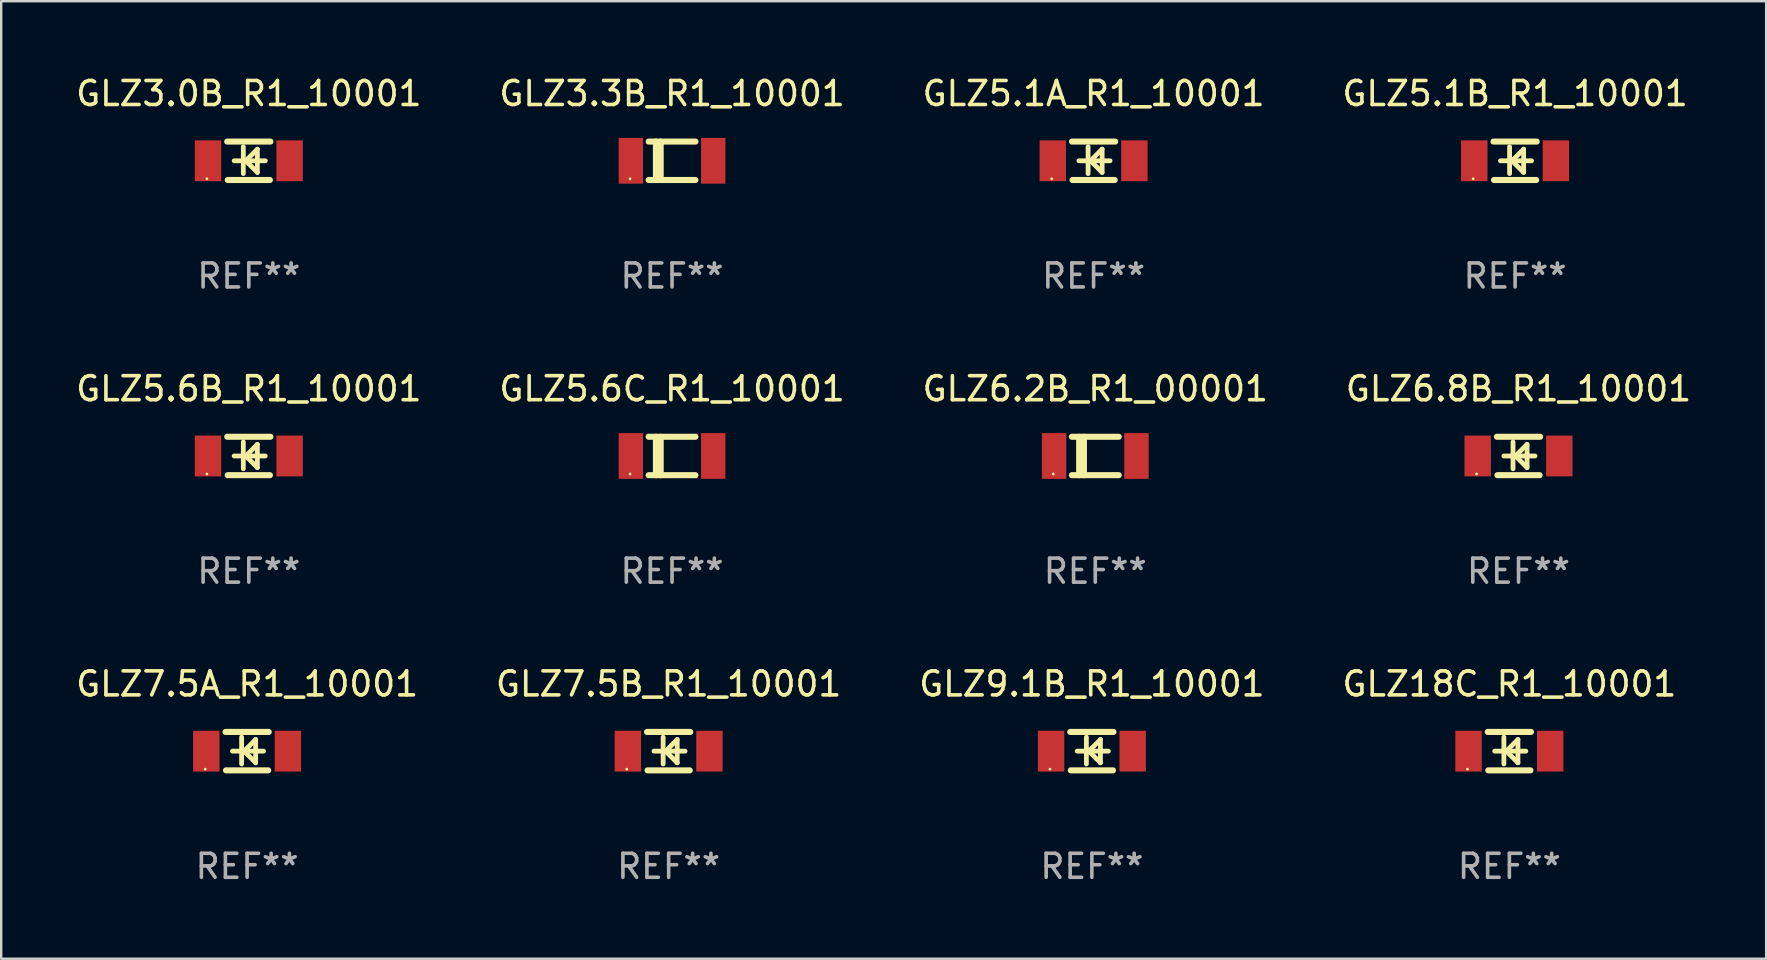
<source format=kicad_pcb>
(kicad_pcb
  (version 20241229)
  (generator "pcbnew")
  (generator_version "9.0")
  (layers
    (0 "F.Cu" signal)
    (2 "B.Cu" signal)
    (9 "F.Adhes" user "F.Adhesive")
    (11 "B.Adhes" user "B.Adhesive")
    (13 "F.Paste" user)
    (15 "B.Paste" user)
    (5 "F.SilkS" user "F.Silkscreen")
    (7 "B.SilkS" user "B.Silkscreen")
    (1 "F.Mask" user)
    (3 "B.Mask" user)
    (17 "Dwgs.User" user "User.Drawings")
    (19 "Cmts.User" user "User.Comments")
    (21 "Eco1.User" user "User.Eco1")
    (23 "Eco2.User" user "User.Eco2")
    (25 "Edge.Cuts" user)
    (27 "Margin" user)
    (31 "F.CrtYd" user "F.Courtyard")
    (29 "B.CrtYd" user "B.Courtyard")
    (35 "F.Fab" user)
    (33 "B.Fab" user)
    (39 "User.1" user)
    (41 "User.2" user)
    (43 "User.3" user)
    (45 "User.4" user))
  (footprint "GLZ6.8B_R1_10001"
    (layer "F.Cu")
    (at 60.208 15.945)
    (property "Reference" "GLZ6.8B_R1_10001" (at 0 -2.8 0) (layer "F.SilkS") (effects (font (size 1 1) (thickness 0.15))))
    (attr through_hole)
    (fp_line (start -0.9 -0.8) (end 0.9 -0.8) (stroke (width 0.254) (type solid)) (layer "F.SilkS"))
    (fp_line (start -0.878 0.8) (end 0.878 0.8) (stroke (width 0.254) (type solid)) (layer "F.SilkS"))
    (fp_line (start -0.61 0) (end 0.686 0) (stroke (width 0.2) (type solid)) (layer "F.SilkS"))
    (fp_line (start -0.229 -0.584) (end -0.229 0.533) (stroke (width 0.2) (type solid)) (layer "F.SilkS"))
    (fp_line (start -0.127 0) (end 0.356 -0.483) (stroke (width 0.2) (type solid)) (layer "F.SilkS"))
    (fp_line (start 0.356 -0.483) (end 0.356 0.483) (stroke (width 0.2) (type solid)) (layer "F.SilkS"))
    (fp_line (start 0.356 0.483) (end -0.102 0.025) (stroke (width 0.2) (type solid)) (layer "F.SilkS"))
    (fp_circle (center -1.746 0.75) (end -1.716 0.75) (stroke (width 0.06) (type solid)) (fill no) (layer "F.SilkS"))
    (fp_text user "REF**" (at 0 4.8 0) (layer "F.Fab") (effects (font (size 1 1) (thickness 0.15))))
    (pad "1" smd rect (at -1.7 0 180) (size 1.1 1.7) (layers "F.Cu" "F.Mask" "F.Paste"))
    (pad "2" smd rect (at 1.7 0 180) (size 1.1 1.7) (layers "F.Cu" "F.Mask" "F.Paste")))
  (footprint "GLZ5.6C_R1_10001"
    (layer "F.Cu")
    (at 24.946 15.945)
    (property "Reference" "GLZ5.6C_R1_10001" (at 0 -2.8 0) (layer "F.SilkS") (effects (font (size 1 1) (thickness 0.15))))
    (attr through_hole)
    (fp_line (start -0.975 -0.8) (end 0.975 -0.8) (stroke (width 0.254) (type solid)) (layer "F.SilkS"))
    (fp_line (start -0.975 0.8) (end 0.975 0.8) (stroke (width 0.254) (type solid)) (layer "F.SilkS"))
    (fp_line (start -0.671 -0.8) (end -0.671 0.8) (stroke (width 0.254) (type solid)) (layer "F.SilkS"))
    (fp_line (start -0.474 -0.8) (end -0.474 0.8) (stroke (width 0.254) (type solid)) (layer "F.SilkS"))
    (fp_circle (center -1.75 0.75) (end -1.72 0.75) (stroke (width 0.06) (type solid)) (fill no) (layer "F.SilkS"))
    (fp_text user "REF**" (at 0 4.8 0) (layer "F.Fab") (effects (font (size 1 1) (thickness 0.15))))
    (pad "1" smd rect (at -1.715 0 180) (size 1.016 1.905) (layers "F.Cu" "F.Mask" "F.Paste"))
    (pad "2" smd rect (at 1.715 0 180) (size 1.016 1.905) (layers "F.Cu" "F.Mask" "F.Paste")))
  (footprint "GLZ7.5B_R1_10001"
    (layer "F.Cu")
    (at 24.804 28.241)
    (property "Reference" "GLZ7.5B_R1_10001" (at 0 -2.8 0) (layer "F.SilkS") (effects (font (size 1 1) (thickness 0.15))))
    (attr through_hole)
    (fp_line (start -0.9 -0.8) (end 0.9 -0.8) (stroke (width 0.254) (type solid)) (layer "F.SilkS"))
    (fp_line (start -0.878 0.8) (end 0.878 0.8) (stroke (width 0.254) (type solid)) (layer "F.SilkS"))
    (fp_line (start -0.61 0) (end 0.686 0) (stroke (width 0.2) (type solid)) (layer "F.SilkS"))
    (fp_line (start -0.229 -0.584) (end -0.229 0.533) (stroke (width 0.2) (type solid)) (layer "F.SilkS"))
    (fp_line (start -0.127 0) (end 0.356 -0.483) (stroke (width 0.2) (type solid)) (layer "F.SilkS"))
    (fp_line (start 0.356 -0.483) (end 0.356 0.483) (stroke (width 0.2) (type solid)) (layer "F.SilkS"))
    (fp_line (start 0.356 0.483) (end -0.102 0.025) (stroke (width 0.2) (type solid)) (layer "F.SilkS"))
    (fp_circle (center -1.746 0.75) (end -1.716 0.75) (stroke (width 0.06) (type solid)) (fill no) (layer "F.SilkS"))
    (fp_text user "REF**" (at 0 4.8 0) (layer "F.Fab") (effects (font (size 1 1) (thickness 0.15))))
    (pad "1" smd rect (at -1.7 0 180) (size 1.1 1.7) (layers "F.Cu" "F.Mask" "F.Paste"))
    (pad "2" smd rect (at 1.7 0 180) (size 1.1 1.7) (layers "F.Cu" "F.Mask" "F.Paste")))
  (footprint "GLZ3.0B_R1_10001"
    (layer "F.Cu")
    (at 7.315 3.648)
    (property "Reference" "GLZ3.0B_R1_10001" (at 0 -2.8 0) (layer "F.SilkS") (effects (font (size 1 1) (thickness 0.15))))
    (attr through_hole)
    (fp_line (start -0.9 -0.8) (end 0.9 -0.8) (stroke (width 0.254) (type solid)) (layer "F.SilkS"))
    (fp_line (start -0.878 0.8) (end 0.878 0.8) (stroke (width 0.254) (type solid)) (layer "F.SilkS"))
    (fp_line (start -0.61 0) (end 0.686 0) (stroke (width 0.2) (type solid)) (layer "F.SilkS"))
    (fp_line (start -0.229 -0.584) (end -0.229 0.533) (stroke (width 0.2) (type solid)) (layer "F.SilkS"))
    (fp_line (start -0.127 0) (end 0.356 -0.483) (stroke (width 0.2) (type solid)) (layer "F.SilkS"))
    (fp_line (start 0.356 -0.483) (end 0.356 0.483) (stroke (width 0.2) (type solid)) (layer "F.SilkS"))
    (fp_line (start 0.356 0.483) (end -0.102 0.025) (stroke (width 0.2) (type solid)) (layer "F.SilkS"))
    (fp_circle (center -1.746 0.75) (end -1.716 0.75) (stroke (width 0.06) (type solid)) (fill no) (layer "F.SilkS"))
    (fp_text user "REF**" (at 0 4.8 0) (layer "F.Fab") (effects (font (size 1 1) (thickness 0.15))))
    (pad "1" smd rect (at -1.7 0 180) (size 1.1 1.7) (layers "F.Cu" "F.Mask" "F.Paste"))
    (pad "2" smd rect (at 1.7 0 180) (size 1.1 1.7) (layers "F.Cu" "F.Mask" "F.Paste")))
  (footprint "GLZ9.1B_R1_10001"
    (layer "F.Cu")
    (at 42.435 28.241)
    (property "Reference" "GLZ9.1B_R1_10001" (at 0 -2.8 0) (layer "F.SilkS") (effects (font (size 1 1) (thickness 0.15))))
    (attr through_hole)
    (fp_line (start -0.9 -0.8) (end 0.9 -0.8) (stroke (width 0.254) (type solid)) (layer "F.SilkS"))
    (fp_line (start -0.878 0.8) (end 0.878 0.8) (stroke (width 0.254) (type solid)) (layer "F.SilkS"))
    (fp_line (start -0.61 0) (end 0.686 0) (stroke (width 0.2) (type solid)) (layer "F.SilkS"))
    (fp_line (start -0.229 -0.584) (end -0.229 0.533) (stroke (width 0.2) (type solid)) (layer "F.SilkS"))
    (fp_line (start -0.127 0) (end 0.356 -0.483) (stroke (width 0.2) (type solid)) (layer "F.SilkS"))
    (fp_line (start 0.356 -0.483) (end 0.356 0.483) (stroke (width 0.2) (type solid)) (layer "F.SilkS"))
    (fp_line (start 0.356 0.483) (end -0.102 0.025) (stroke (width 0.2) (type solid)) (layer "F.SilkS"))
    (fp_circle (center -1.746 0.75) (end -1.716 0.75) (stroke (width 0.06) (type solid)) (fill no) (layer "F.SilkS"))
    (fp_text user "REF**" (at 0 4.8 0) (layer "F.Fab") (effects (font (size 1 1) (thickness 0.15))))
    (pad "1" smd rect (at -1.7 0 180) (size 1.1 1.7) (layers "F.Cu" "F.Mask" "F.Paste"))
    (pad "2" smd rect (at 1.7 0 180) (size 1.1 1.7) (layers "F.Cu" "F.Mask" "F.Paste")))
  (footprint "GLZ5.1B_R1_10001"
    (layer "F.Cu")
    (at 60.065 3.648)
    (property "Reference" "GLZ5.1B_R1_10001" (at 0 -2.8 0) (layer "F.SilkS") (effects (font (size 1 1) (thickness 0.15))))
    (attr through_hole)
    (fp_line (start -0.9 -0.8) (end 0.9 -0.8) (stroke (width 0.254) (type solid)) (layer "F.SilkS"))
    (fp_line (start -0.878 0.8) (end 0.878 0.8) (stroke (width 0.254) (type solid)) (layer "F.SilkS"))
    (fp_line (start -0.61 0) (end 0.686 0) (stroke (width 0.2) (type solid)) (layer "F.SilkS"))
    (fp_line (start -0.229 -0.584) (end -0.229 0.533) (stroke (width 0.2) (type solid)) (layer "F.SilkS"))
    (fp_line (start -0.127 0) (end 0.356 -0.483) (stroke (width 0.2) (type solid)) (layer "F.SilkS"))
    (fp_line (start 0.356 -0.483) (end 0.356 0.483) (stroke (width 0.2) (type solid)) (layer "F.SilkS"))
    (fp_line (start 0.356 0.483) (end -0.102 0.025) (stroke (width 0.2) (type solid)) (layer "F.SilkS"))
    (fp_circle (center -1.746 0.75) (end -1.716 0.75) (stroke (width 0.06) (type solid)) (fill no) (layer "F.SilkS"))
    (fp_text user "REF**" (at 0 4.8 0) (layer "F.Fab") (effects (font (size 1 1) (thickness 0.15))))
    (pad "1" smd rect (at -1.7 0 180) (size 1.1 1.7) (layers "F.Cu" "F.Mask" "F.Paste"))
    (pad "2" smd rect (at 1.7 0 180) (size 1.1 1.7) (layers "F.Cu" "F.Mask" "F.Paste")))
  (footprint "GLZ7.5A_R1_10001"
    (layer "F.Cu")
    (at 7.244 28.241)
    (property "Reference" "GLZ7.5A_R1_10001" (at 0 -2.8 0) (layer "F.SilkS") (effects (font (size 1 1) (thickness 0.15))))
    (attr through_hole)
    (fp_line (start -0.9 -0.8) (end 0.9 -0.8) (stroke (width 0.254) (type solid)) (layer "F.SilkS"))
    (fp_line (start -0.878 0.8) (end 0.878 0.8) (stroke (width 0.254) (type solid)) (layer "F.SilkS"))
    (fp_line (start -0.61 0) (end 0.686 0) (stroke (width 0.2) (type solid)) (layer "F.SilkS"))
    (fp_line (start -0.229 -0.584) (end -0.229 0.533) (stroke (width 0.2) (type solid)) (layer "F.SilkS"))
    (fp_line (start -0.127 0) (end 0.356 -0.483) (stroke (width 0.2) (type solid)) (layer "F.SilkS"))
    (fp_line (start 0.356 -0.483) (end 0.356 0.483) (stroke (width 0.2) (type solid)) (layer "F.SilkS"))
    (fp_line (start 0.356 0.483) (end -0.102 0.025) (stroke (width 0.2) (type solid)) (layer "F.SilkS"))
    (fp_circle (center -1.746 0.75) (end -1.716 0.75) (stroke (width 0.06) (type solid)) (fill no) (layer "F.SilkS"))
    (fp_text user "REF**" (at 0 4.8 0) (layer "F.Fab") (effects (font (size 1 1) (thickness 0.15))))
    (pad "1" smd rect (at -1.7 0 180) (size 1.1 1.7) (layers "F.Cu" "F.Mask" "F.Paste"))
    (pad "2" smd rect (at 1.7 0 180) (size 1.1 1.7) (layers "F.Cu" "F.Mask" "F.Paste")))
  (footprint "GLZ5.1A_R1_10001"
    (layer "F.Cu")
    (at 42.506 3.648)
    (property "Reference" "GLZ5.1A_R1_10001" (at 0 -2.8 0) (layer "F.SilkS") (effects (font (size 1 1) (thickness 0.15))))
    (attr through_hole)
    (fp_line (start -0.9 -0.8) (end 0.9 -0.8) (stroke (width 0.254) (type solid)) (layer "F.SilkS"))
    (fp_line (start -0.878 0.8) (end 0.878 0.8) (stroke (width 0.254) (type solid)) (layer "F.SilkS"))
    (fp_line (start -0.61 0) (end 0.686 0) (stroke (width 0.2) (type solid)) (layer "F.SilkS"))
    (fp_line (start -0.229 -0.584) (end -0.229 0.533) (stroke (width 0.2) (type solid)) (layer "F.SilkS"))
    (fp_line (start -0.127 0) (end 0.356 -0.483) (stroke (width 0.2) (type solid)) (layer "F.SilkS"))
    (fp_line (start 0.356 -0.483) (end 0.356 0.483) (stroke (width 0.2) (type solid)) (layer "F.SilkS"))
    (fp_line (start 0.356 0.483) (end -0.102 0.025) (stroke (width 0.2) (type solid)) (layer "F.SilkS"))
    (fp_circle (center -1.746 0.75) (end -1.716 0.75) (stroke (width 0.06) (type solid)) (fill no) (layer "F.SilkS"))
    (fp_text user "REF**" (at 0 4.8 0) (layer "F.Fab") (effects (font (size 1 1) (thickness 0.15))))
    (pad "1" smd rect (at -1.7 0 180) (size 1.1 1.7) (layers "F.Cu" "F.Mask" "F.Paste"))
    (pad "2" smd rect (at 1.7 0 180) (size 1.1 1.7) (layers "F.Cu" "F.Mask" "F.Paste")))
  (footprint "GLZ5.6B_R1_10001"
    (layer "F.Cu")
    (at 7.315 15.945)
    (property "Reference" "GLZ5.6B_R1_10001" (at 0 -2.8 0) (layer "F.SilkS") (effects (font (size 1 1) (thickness 0.15))))
    (attr through_hole)
    (fp_line (start -0.9 -0.8) (end 0.9 -0.8) (stroke (width 0.254) (type solid)) (layer "F.SilkS"))
    (fp_line (start -0.878 0.8) (end 0.878 0.8) (stroke (width 0.254) (type solid)) (layer "F.SilkS"))
    (fp_line (start -0.61 0) (end 0.686 0) (stroke (width 0.2) (type solid)) (layer "F.SilkS"))
    (fp_line (start -0.229 -0.584) (end -0.229 0.533) (stroke (width 0.2) (type solid)) (layer "F.SilkS"))
    (fp_line (start -0.127 0) (end 0.356 -0.483) (stroke (width 0.2) (type solid)) (layer "F.SilkS"))
    (fp_line (start 0.356 -0.483) (end 0.356 0.483) (stroke (width 0.2) (type solid)) (layer "F.SilkS"))
    (fp_line (start 0.356 0.483) (end -0.102 0.025) (stroke (width 0.2) (type solid)) (layer "F.SilkS"))
    (fp_circle (center -1.746 0.75) (end -1.716 0.75) (stroke (width 0.06) (type solid)) (fill no) (layer "F.SilkS"))
    (fp_text user "REF**" (at 0 4.8 0) (layer "F.Fab") (effects (font (size 1 1) (thickness 0.15))))
    (pad "1" smd rect (at -1.7 0 180) (size 1.1 1.7) (layers "F.Cu" "F.Mask" "F.Paste"))
    (pad "2" smd rect (at 1.7 0 180) (size 1.1 1.7) (layers "F.Cu" "F.Mask" "F.Paste")))
  (footprint "GLZ18C_R1_10001"
    (layer "F.Cu")
    (at 59.827 28.241)
    (property "Reference" "GLZ18C_R1_10001" (at 0 -2.8 0) (layer "F.SilkS") (effects (font (size 1 1) (thickness 0.15))))
    (attr through_hole)
    (fp_line (start -0.9 -0.8) (end 0.9 -0.8) (stroke (width 0.254) (type solid)) (layer "F.SilkS"))
    (fp_line (start -0.878 0.8) (end 0.878 0.8) (stroke (width 0.254) (type solid)) (layer "F.SilkS"))
    (fp_line (start -0.61 0) (end 0.686 0) (stroke (width 0.2) (type solid)) (layer "F.SilkS"))
    (fp_line (start -0.229 -0.584) (end -0.229 0.533) (stroke (width 0.2) (type solid)) (layer "F.SilkS"))
    (fp_line (start -0.127 0) (end 0.356 -0.483) (stroke (width 0.2) (type solid)) (layer "F.SilkS"))
    (fp_line (start 0.356 -0.483) (end 0.356 0.483) (stroke (width 0.2) (type solid)) (layer "F.SilkS"))
    (fp_line (start 0.356 0.483) (end -0.102 0.025) (stroke (width 0.2) (type solid)) (layer "F.SilkS"))
    (fp_circle (center -1.746 0.75) (end -1.716 0.75) (stroke (width 0.06) (type solid)) (fill no) (layer "F.SilkS"))
    (fp_text user "REF**" (at 0 4.8 0) (layer "F.Fab") (effects (font (size 1 1) (thickness 0.15))))
    (pad "1" smd rect (at -1.7 0 180) (size 1.1 1.7) (layers "F.Cu" "F.Mask" "F.Paste"))
    (pad "2" smd rect (at 1.7 0 180) (size 1.1 1.7) (layers "F.Cu" "F.Mask" "F.Paste")))
  (footprint "GLZ6.2B_R1_00001"
    (layer "F.Cu")
    (at 42.577 15.945)
    (property "Reference" "GLZ6.2B_R1_00001" (at 0 -2.8 0) (layer "F.SilkS") (effects (font (size 1 1) (thickness 0.15))))
    (attr through_hole)
    (fp_line (start -0.975 -0.8) (end 0.975 -0.8) (stroke (width 0.254) (type solid)) (layer "F.SilkS"))
    (fp_line (start -0.975 0.8) (end 0.975 0.8) (stroke (width 0.254) (type solid)) (layer "F.SilkS"))
    (fp_line (start -0.671 -0.8) (end -0.671 0.8) (stroke (width 0.254) (type solid)) (layer "F.SilkS"))
    (fp_line (start -0.474 -0.8) (end -0.474 0.8) (stroke (width 0.254) (type solid)) (layer "F.SilkS"))
    (fp_circle (center -1.75 0.75) (end -1.72 0.75) (stroke (width 0.06) (type solid)) (fill no) (layer "F.SilkS"))
    (fp_text user "REF**" (at 0 4.8 0) (layer "F.Fab") (effects (font (size 1 1) (thickness 0.15))))
    (pad "1" smd rect (at -1.715 0 180) (size 1.016 1.905) (layers "F.Cu" "F.Mask" "F.Paste"))
    (pad "2" smd rect (at 1.715 0 180) (size 1.016 1.905) (layers "F.Cu" "F.Mask" "F.Paste")))
  (footprint "GLZ3.3B_R1_10001"
    (layer "F.Cu")
    (at 24.946 3.648)
    (property "Reference" "GLZ3.3B_R1_10001" (at 0 -2.8 0) (layer "F.SilkS") (effects (font (size 1 1) (thickness 0.15))))
    (attr through_hole)
    (fp_line (start -0.975 -0.8) (end 0.975 -0.8) (stroke (width 0.254) (type solid)) (layer "F.SilkS"))
    (fp_line (start -0.975 0.8) (end 0.975 0.8) (stroke (width 0.254) (type solid)) (layer "F.SilkS"))
    (fp_line (start -0.671 -0.8) (end -0.671 0.8) (stroke (width 0.254) (type solid)) (layer "F.SilkS"))
    (fp_line (start -0.474 -0.8) (end -0.474 0.8) (stroke (width 0.254) (type solid)) (layer "F.SilkS"))
    (fp_circle (center -1.75 0.75) (end -1.72 0.75) (stroke (width 0.06) (type solid)) (fill no) (layer "F.SilkS"))
    (fp_text user "REF**" (at 0 4.8 0) (layer "F.Fab") (effects (font (size 1 1) (thickness 0.15))))
    (pad "1" smd rect (at -1.715 0 180) (size 1.016 1.905) (layers "F.Cu" "F.Mask" "F.Paste"))
    (pad "2" smd rect (at 1.715 0 180) (size 1.016 1.905) (layers "F.Cu" "F.Mask" "F.Paste")))
  (gr_rect
    (start -3 -3)
    (end 70.524 36.889)
    (stroke (width 0.1) (type default))
    (fill no)
    (layer "Edge.Cuts")))
</source>
